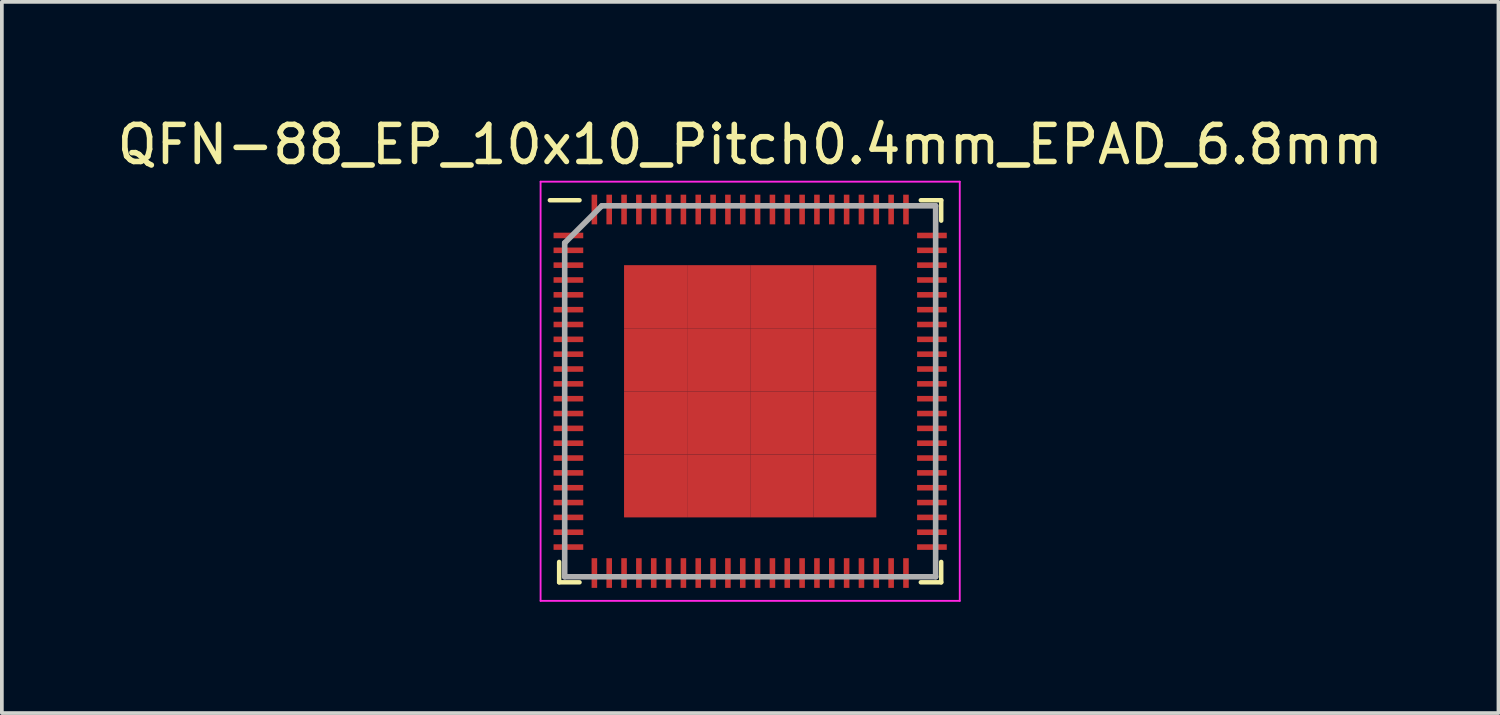
<source format=kicad_pcb>
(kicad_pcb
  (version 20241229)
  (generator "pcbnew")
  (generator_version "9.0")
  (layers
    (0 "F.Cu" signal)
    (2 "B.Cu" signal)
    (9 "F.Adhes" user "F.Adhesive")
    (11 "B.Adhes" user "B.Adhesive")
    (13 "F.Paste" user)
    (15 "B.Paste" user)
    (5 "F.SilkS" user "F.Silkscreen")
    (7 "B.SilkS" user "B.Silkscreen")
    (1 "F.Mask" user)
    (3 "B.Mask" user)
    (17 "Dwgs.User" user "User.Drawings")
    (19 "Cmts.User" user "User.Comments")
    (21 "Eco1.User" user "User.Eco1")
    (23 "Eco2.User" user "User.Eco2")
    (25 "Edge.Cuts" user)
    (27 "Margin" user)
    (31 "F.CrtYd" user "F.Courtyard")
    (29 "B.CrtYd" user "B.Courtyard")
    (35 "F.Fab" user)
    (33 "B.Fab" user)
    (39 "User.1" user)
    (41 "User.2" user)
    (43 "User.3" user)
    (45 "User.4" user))
  (footprint "QFN-88_EP_10x10_Pitch0.4mm_EPAD_6.8mm"
    (layer "F.Cu")
    (at 17.173 7.498)
    (property "Reference" "QFN-88_EP_10x10_Pitch0.4mm_EPAD_6.8mm" (at 0 -6.65 0) (layer "F.SilkS") (effects (font (size 1 1) (thickness 0.15))))
    (attr smd)
    (fp_line (start -5.15 5.15) (end -5.15 4.6) (stroke (width 0.12) (type solid)) (layer "F.SilkS"))
    (fp_line (start -4.6 -5.15) (end -5.4 -5.15) (stroke (width 0.12) (type solid)) (layer "F.SilkS"))
    (fp_line (start -4.6 5.15) (end -5.15 5.15) (stroke (width 0.12) (type solid)) (layer "F.SilkS"))
    (fp_line (start 4.6 -5.15) (end 5.15 -5.15) (stroke (width 0.12) (type solid)) (layer "F.SilkS"))
    (fp_line (start 4.6 5.15) (end 5.15 5.15) (stroke (width 0.12) (type solid)) (layer "F.SilkS"))
    (fp_line (start 5.15 -5.15) (end 5.15 -4.6) (stroke (width 0.12) (type solid)) (layer "F.SilkS"))
    (fp_line (start 5.15 5.15) (end 5.15 4.6) (stroke (width 0.12) (type solid)) (layer "F.SilkS"))
    (fp_line (start -5.65 -5.65) (end 5.65 -5.65) (stroke (width 0.05) (type solid)) (layer "F.CrtYd"))
    (fp_line (start -5.65 5.65) (end -5.65 -5.65) (stroke (width 0.05) (type solid)) (layer "F.CrtYd"))
    (fp_line (start 5.65 -5.65) (end 5.65 5.65) (stroke (width 0.05) (type solid)) (layer "F.CrtYd"))
    (fp_line (start 5.65 5.65) (end -5.65 5.65) (stroke (width 0.05) (type solid)) (layer "F.CrtYd"))
    (fp_line (start -5 -4) (end -5 5) (stroke (width 0.15) (type solid)) (layer "F.Fab"))
    (fp_line (start -5 5) (end 5 5) (stroke (width 0.15) (type solid)) (layer "F.Fab"))
    (fp_line (start -4 -5) (end -5 -4) (stroke (width 0.15) (type solid)) (layer "F.Fab"))
    (fp_line (start 5 -5) (end -4 -5) (stroke (width 0.15) (type solid)) (layer "F.Fab"))
    (fp_line (start 5 5) (end 5 -5) (stroke (width 0.15) (type solid)) (layer "F.Fab"))
    (pad "1" smd rect (at -4.9 -4.2 90) (size 0.15 0.8) (layers "F.Cu" "F.Mask" "F.Paste"))
    (pad "2" smd rect (at -4.9 -3.8 90) (size 0.15 0.8) (layers "F.Cu" "F.Mask" "F.Paste"))
    (pad "3" smd rect (at -4.9 -3.4 90) (size 0.15 0.8) (layers "F.Cu" "F.Mask" "F.Paste"))
    (pad "4" smd rect (at -4.9 -3 90) (size 0.15 0.8) (layers "F.Cu" "F.Mask" "F.Paste"))
    (pad "5" smd rect (at -4.9 -2.6 90) (size 0.15 0.8) (layers "F.Cu" "F.Mask" "F.Paste"))
    (pad "6" smd rect (at -4.9 -2.2 90) (size 0.15 0.8) (layers "F.Cu" "F.Mask" "F.Paste"))
    (pad "7" smd rect (at -4.9 -1.8 90) (size 0.15 0.8) (layers "F.Cu" "F.Mask" "F.Paste"))
    (pad "8" smd rect (at -4.9 -1.4 90) (size 0.15 0.8) (layers "F.Cu" "F.Mask" "F.Paste"))
    (pad "9" smd rect (at -4.9 -1 90) (size 0.15 0.8) (layers "F.Cu" "F.Mask" "F.Paste"))
    (pad "10" smd rect (at -4.9 -0.6 90) (size 0.15 0.8) (layers "F.Cu" "F.Mask" "F.Paste"))
    (pad "11" smd rect (at -4.9 -0.2 90) (size 0.15 0.8) (layers "F.Cu" "F.Mask" "F.Paste"))
    (pad "12" smd rect (at -4.9 0.2 90) (size 0.15 0.8) (layers "F.Cu" "F.Mask" "F.Paste"))
    (pad "13" smd rect (at -4.9 0.6 90) (size 0.15 0.8) (layers "F.Cu" "F.Mask" "F.Paste"))
    (pad "14" smd rect (at -4.9 1 90) (size 0.15 0.8) (layers "F.Cu" "F.Mask" "F.Paste"))
    (pad "15" smd rect (at -4.9 1.4 90) (size 0.15 0.8) (layers "F.Cu" "F.Mask" "F.Paste"))
    (pad "16" smd rect (at -4.9 1.8 90) (size 0.15 0.8) (layers "F.Cu" "F.Mask" "F.Paste"))
    (pad "17" smd rect (at -4.9 2.2 90) (size 0.15 0.8) (layers "F.Cu" "F.Mask" "F.Paste"))
    (pad "18" smd rect (at -4.9 2.6 90) (size 0.15 0.8) (layers "F.Cu" "F.Mask" "F.Paste"))
    (pad "19" smd rect (at -4.9 3 90) (size 0.15 0.8) (layers "F.Cu" "F.Mask" "F.Paste"))
    (pad "20" smd rect (at -4.9 3.4 90) (size 0.15 0.8) (layers "F.Cu" "F.Mask" "F.Paste"))
    (pad "21" smd rect (at -4.9 3.8 90) (size 0.15 0.8) (layers "F.Cu" "F.Mask" "F.Paste"))
    (pad "22" smd rect (at -4.9 4.2 90) (size 0.15 0.8) (layers "F.Cu" "F.Mask" "F.Paste"))
    (pad "23" smd rect (at -4.2 4.9) (size 0.15 0.8) (layers "F.Cu" "F.Mask" "F.Paste"))
    (pad "24" smd rect (at -3.8 4.9) (size 0.15 0.8) (layers "F.Cu" "F.Mask" "F.Paste"))
    (pad "25" smd rect (at -3.4 4.9) (size 0.15 0.8) (layers "F.Cu" "F.Mask" "F.Paste"))
    (pad "26" smd rect (at -3 4.9) (size 0.15 0.8) (layers "F.Cu" "F.Mask" "F.Paste"))
    (pad "27" smd rect (at -2.6 4.9) (size 0.15 0.8) (layers "F.Cu" "F.Mask" "F.Paste"))
    (pad "28" smd rect (at -2.2 4.9) (size 0.15 0.8) (layers "F.Cu" "F.Mask" "F.Paste"))
    (pad "29" smd rect (at -1.8 4.9) (size 0.15 0.8) (layers "F.Cu" "F.Mask" "F.Paste"))
    (pad "30" smd rect (at -1.4 4.9) (size 0.15 0.8) (layers "F.Cu" "F.Mask" "F.Paste"))
    (pad "31" smd rect (at -1 4.9) (size 0.15 0.8) (layers "F.Cu" "F.Mask" "F.Paste"))
    (pad "32" smd rect (at -0.6 4.9) (size 0.15 0.8) (layers "F.Cu" "F.Mask" "F.Paste"))
    (pad "33" smd rect (at -0.2 4.9) (size 0.15 0.8) (layers "F.Cu" "F.Mask" "F.Paste"))
    (pad "34" smd rect (at 0.2 4.9) (size 0.15 0.8) (layers "F.Cu" "F.Mask" "F.Paste"))
    (pad "35" smd rect (at 0.6 4.9) (size 0.15 0.8) (layers "F.Cu" "F.Mask" "F.Paste"))
    (pad "36" smd rect (at 1 4.9) (size 0.15 0.8) (layers "F.Cu" "F.Mask" "F.Paste"))
    (pad "37" smd rect (at 1.4 4.9) (size 0.15 0.8) (layers "F.Cu" "F.Mask" "F.Paste"))
    (pad "38" smd rect (at 1.8 4.9) (size 0.15 0.8) (layers "F.Cu" "F.Mask" "F.Paste"))
    (pad "39" smd rect (at 2.2 4.9) (size 0.15 0.8) (layers "F.Cu" "F.Mask" "F.Paste"))
    (pad "40" smd rect (at 2.6 4.9) (size 0.15 0.8) (layers "F.Cu" "F.Mask" "F.Paste"))
    (pad "41" smd rect (at 3 4.9) (size 0.15 0.8) (layers "F.Cu" "F.Mask" "F.Paste"))
    (pad "42" smd rect (at 3.4 4.9) (size 0.15 0.8) (layers "F.Cu" "F.Mask" "F.Paste"))
    (pad "43" smd rect (at 3.8 4.9) (size 0.15 0.8) (layers "F.Cu" "F.Mask" "F.Paste"))
    (pad "44" smd rect (at 4.2 4.9) (size 0.15 0.8) (layers "F.Cu" "F.Mask" "F.Paste"))
    (pad "45" smd rect (at 4.9 4.2 90) (size 0.15 0.8) (layers "F.Cu" "F.Mask" "F.Paste"))
    (pad "46" smd rect (at 4.9 3.8 90) (size 0.15 0.8) (layers "F.Cu" "F.Mask" "F.Paste"))
    (pad "47" smd rect (at 4.9 3.4 90) (size 0.15 0.8) (layers "F.Cu" "F.Mask" "F.Paste"))
    (pad "48" smd rect (at 4.9 3 90) (size 0.15 0.8) (layers "F.Cu" "F.Mask" "F.Paste"))
    (pad "49" smd rect (at 4.9 2.6 90) (size 0.15 0.8) (layers "F.Cu" "F.Mask" "F.Paste"))
    (pad "50" smd rect (at 4.9 2.2 90) (size 0.15 0.8) (layers "F.Cu" "F.Mask" "F.Paste"))
    (pad "51" smd rect (at 4.9 1.8 90) (size 0.15 0.8) (layers "F.Cu" "F.Mask" "F.Paste"))
    (pad "52" smd rect (at 4.9 1.4 90) (size 0.15 0.8) (layers "F.Cu" "F.Mask" "F.Paste"))
    (pad "53" smd rect (at 4.9 1 90) (size 0.15 0.8) (layers "F.Cu" "F.Mask" "F.Paste"))
    (pad "54" smd rect (at 4.9 0.6 90) (size 0.15 0.8) (layers "F.Cu" "F.Mask" "F.Paste"))
    (pad "55" smd rect (at 4.9 0.2 90) (size 0.15 0.8) (layers "F.Cu" "F.Mask" "F.Paste"))
    (pad "56" smd rect (at 4.9 -0.2 90) (size 0.15 0.8) (layers "F.Cu" "F.Mask" "F.Paste"))
    (pad "57" smd rect (at 4.9 -0.6 90) (size 0.15 0.8) (layers "F.Cu" "F.Mask" "F.Paste"))
    (pad "58" smd rect (at 4.9 -1 90) (size 0.15 0.8) (layers "F.Cu" "F.Mask" "F.Paste"))
    (pad "59" smd rect (at 4.9 -1.4 90) (size 0.15 0.8) (layers "F.Cu" "F.Mask" "F.Paste"))
    (pad "60" smd rect (at 4.9 -1.8 90) (size 0.15 0.8) (layers "F.Cu" "F.Mask" "F.Paste"))
    (pad "61" smd rect (at 4.9 -2.2 90) (size 0.15 0.8) (layers "F.Cu" "F.Mask" "F.Paste"))
    (pad "62" smd rect (at 4.9 -2.6 90) (size 0.15 0.8) (layers "F.Cu" "F.Mask" "F.Paste"))
    (pad "63" smd rect (at 4.9 -3 90) (size 0.15 0.8) (layers "F.Cu" "F.Mask" "F.Paste"))
    (pad "64" smd rect (at 4.9 -3.4 90) (size 0.15 0.8) (layers "F.Cu" "F.Mask" "F.Paste"))
    (pad "65" smd rect (at 4.9 -3.8 90) (size 0.15 0.8) (layers "F.Cu" "F.Mask" "F.Paste"))
    (pad "66" smd rect (at 4.9 -4.2 90) (size 0.15 0.8) (layers "F.Cu" "F.Mask" "F.Paste"))
    (pad "67" smd rect (at 4.2 -4.9) (size 0.15 0.8) (layers "F.Cu" "F.Mask" "F.Paste"))
    (pad "68" smd rect (at 3.8 -4.9) (size 0.15 0.8) (layers "F.Cu" "F.Mask" "F.Paste"))
    (pad "69" smd rect (at 3.4 -4.9) (size 0.15 0.8) (layers "F.Cu" "F.Mask" "F.Paste"))
    (pad "70" smd rect (at 3 -4.9) (size 0.15 0.8) (layers "F.Cu" "F.Mask" "F.Paste"))
    (pad "71" smd rect (at 2.6 -4.9) (size 0.15 0.8) (layers "F.Cu" "F.Mask" "F.Paste"))
    (pad "72" smd rect (at 2.2 -4.9) (size 0.15 0.8) (layers "F.Cu" "F.Mask" "F.Paste"))
    (pad "73" smd rect (at 1.8 -4.9) (size 0.15 0.8) (layers "F.Cu" "F.Mask" "F.Paste"))
    (pad "74" smd rect (at 1.4 -4.9) (size 0.15 0.8) (layers "F.Cu" "F.Mask" "F.Paste"))
    (pad "75" smd rect (at 1 -4.9) (size 0.15 0.8) (layers "F.Cu" "F.Mask" "F.Paste"))
    (pad "76" smd rect (at 0.6 -4.9) (size 0.15 0.8) (layers "F.Cu" "F.Mask" "F.Paste"))
    (pad "77" smd rect (at 0.2 -4.9) (size 0.15 0.8) (layers "F.Cu" "F.Mask" "F.Paste"))
    (pad "78" smd rect (at -0.2 -4.9) (size 0.15 0.8) (layers "F.Cu" "F.Mask" "F.Paste"))
    (pad "79" smd rect (at -0.6 -4.9) (size 0.15 0.8) (layers "F.Cu" "F.Mask" "F.Paste"))
    (pad "80" smd rect (at -1 -4.9) (size 0.15 0.8) (layers "F.Cu" "F.Mask" "F.Paste"))
    (pad "81" smd rect (at -1.4 -4.9) (size 0.15 0.8) (layers "F.Cu" "F.Mask" "F.Paste"))
    (pad "82" smd rect (at -1.8 -4.9) (size 0.15 0.8) (layers "F.Cu" "F.Mask" "F.Paste"))
    (pad "83" smd rect (at -2.2 -4.9) (size 0.15 0.8) (layers "F.Cu" "F.Mask" "F.Paste"))
    (pad "84" smd rect (at -2.6 -4.9) (size 0.15 0.8) (layers "F.Cu" "F.Mask" "F.Paste"))
    (pad "85" smd rect (at -3 -4.9) (size 0.15 0.8) (layers "F.Cu" "F.Mask" "F.Paste"))
    (pad "86" smd rect (at -3.4 -4.9) (size 0.15 0.8) (layers "F.Cu" "F.Mask" "F.Paste"))
    (pad "87" smd rect (at -3.8 -4.9) (size 0.15 0.8) (layers "F.Cu" "F.Mask" "F.Paste"))
    (pad "88" smd rect (at -4.2 -4.9) (size 0.15 0.8) (layers "F.Cu" "F.Mask" "F.Paste"))
    (pad "EPAD" smd rect (at -2.55 -2.55) (size 1.7 1.7) (layers "F.Cu" "F.Mask" "F.Paste"))
    (pad "EPAD" smd rect (at -2.55 -0.85) (size 1.7 1.7) (layers "F.Cu" "F.Mask" "F.Paste"))
    (pad "EPAD" smd rect (at -2.55 0.85) (size 1.7 1.7) (layers "F.Cu" "F.Mask" "F.Paste"))
    (pad "EPAD" smd rect (at -2.55 2.55) (size 1.7 1.7) (layers "F.Cu" "F.Mask" "F.Paste"))
    (pad "EPAD" smd rect (at -0.85 -2.55) (size 1.7 1.7) (layers "F.Cu" "F.Mask" "F.Paste"))
    (pad "EPAD" smd rect (at -0.85 -0.85) (size 1.7 1.7) (layers "F.Cu" "F.Mask" "F.Paste"))
    (pad "EPAD" smd rect (at -0.85 0.85) (size 1.7 1.7) (layers "F.Cu" "F.Mask" "F.Paste"))
    (pad "EPAD" smd rect (at -0.85 2.55) (size 1.7 1.7) (layers "F.Cu" "F.Mask" "F.Paste"))
    (pad "EPAD" smd rect (at 0.85 -2.55) (size 1.7 1.7) (layers "F.Cu" "F.Mask" "F.Paste"))
    (pad "EPAD" smd rect (at 0.85 -0.85) (size 1.7 1.7) (layers "F.Cu" "F.Mask" "F.Paste"))
    (pad "EPAD" smd rect (at 0.85 0.85) (size 1.7 1.7) (layers "F.Cu" "F.Mask" "F.Paste"))
    (pad "EPAD" smd rect (at 0.85 2.55) (size 1.7 1.7) (layers "F.Cu" "F.Mask" "F.Paste"))
    (pad "EPAD" smd rect (at 2.55 -2.55) (size 1.7 1.7) (layers "F.Cu" "F.Mask" "F.Paste"))
    (pad "EPAD" smd rect (at 2.55 -0.85) (size 1.7 1.7) (layers "F.Cu" "F.Mask" "F.Paste"))
    (pad "EPAD" smd rect (at 2.55 0.85) (size 1.7 1.7) (layers "F.Cu" "F.Mask" "F.Paste"))
    (pad "EPAD" smd rect (at 2.55 2.55) (size 1.7 1.7) (layers "F.Cu" "F.Mask" "F.Paste")))
  (gr_rect
    (start -3 -3)
    (end 37.345 16.173)
    (stroke (width 0.1) (type default))
    (fill no)
    (layer "Edge.Cuts")))
</source>
